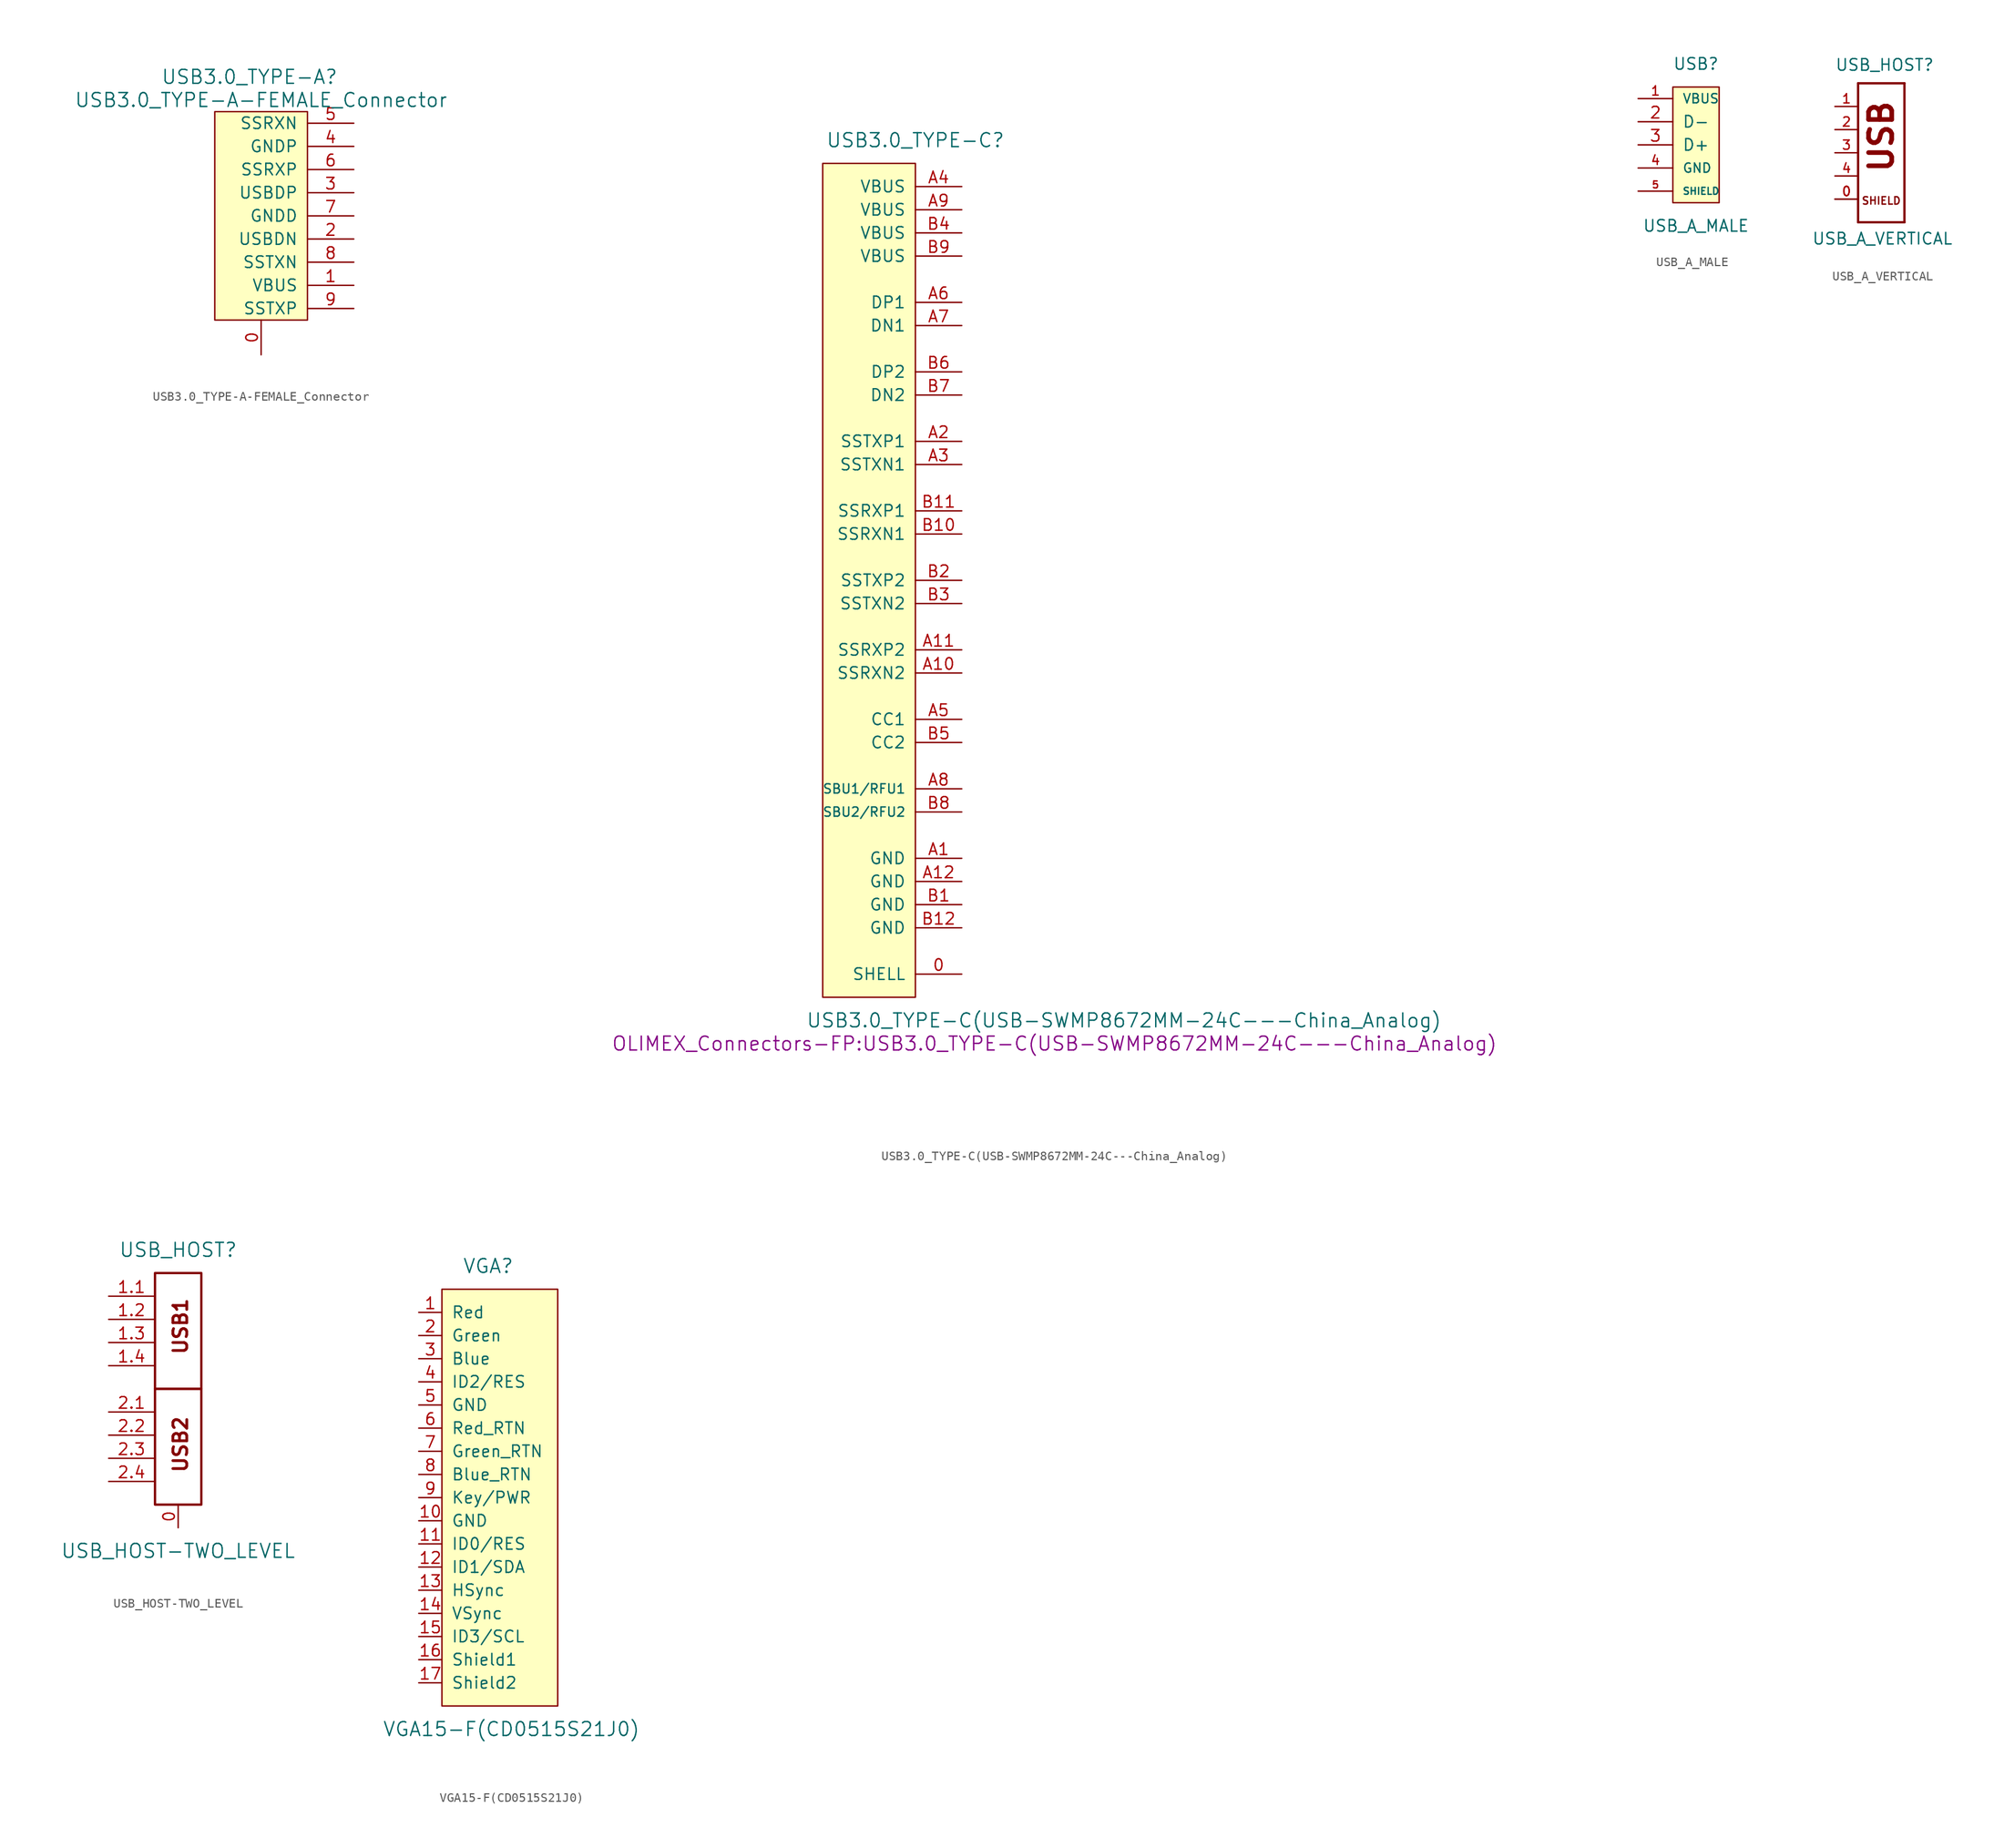
<source format=kicad_sym>
(kicad_symbol_lib
  (version 20211014)
  (generator kicad_symbol_editor)
  (symbol "USB3.0_TYPE-A-FEMALE_Connector"
    (pin_names
      (offset 1.016))
    (property "Reference" "USB3.0_TYPE-A"
      (at -1.27 17.78 0)
      (effects (font (size 1.524 1.524))))
    (property "Value" "USB3.0_TYPE-A-FEMALE_Connector"
      (at 0 15.24 0)
      (effects (font (size 1.524 1.524))))
    (symbol "USB3.0_TYPE-A-FEMALE_Connector_0_1"
      (rectangle (start 5.08 13.97) (end -5.08 -8.89) (stroke (width 0) (type default) (color 0 0 0 0)) (fill (type background))))
    (symbol "USB3.0_TYPE-A-FEMALE_Connector_1_1"
      (pin input line (at 0 -12.7 90) (length 3.81) (name "~" (effects (font (size 1.27 1.27)))) (number "0" (effects (font (size 1.27 1.27)))))
      (pin power_in line (at 10.16 -5.08 180) (length 5.08) (name "VBUS" (effects (font (size 1.27 1.27)))) (number "1" (effects (font (size 1.27 1.27)))))
      (pin bidirectional line (at 10.16 0 180) (length 5.08) (name "USBDN" (effects (font (size 1.27 1.27)))) (number "2" (effects (font (size 1.27 1.27)))))
      (pin bidirectional line (at 10.16 5.08 180) (length 5.08) (name "USBDP" (effects (font (size 1.27 1.27)))) (number "3" (effects (font (size 1.27 1.27)))))
      (pin power_in line (at 10.16 10.16 180) (length 5.08) (name "GNDP" (effects (font (size 1.27 1.27)))) (number "4" (effects (font (size 1.27 1.27)))))
      (pin bidirectional line (at 10.16 12.7 180) (length 5.08) (name "SSRXN" (effects (font (size 1.27 1.27)))) (number "5" (effects (font (size 1.27 1.27)))))
      (pin bidirectional line (at 10.16 7.62 180) (length 5.08) (name "SSRXP" (effects (font (size 1.27 1.27)))) (number "6" (effects (font (size 1.27 1.27)))))
      (pin power_in line (at 10.16 2.54 180) (length 5.08) (name "GNDD" (effects (font (size 1.27 1.27)))) (number "7" (effects (font (size 1.27 1.27)))))
      (pin bidirectional line (at 10.16 -2.54 180) (length 5.08) (name "SSTXN" (effects (font (size 1.27 1.27)))) (number "8" (effects (font (size 1.27 1.27)))))
      (pin bidirectional line (at 10.16 -7.62 180) (length 5.08) (name "SSTXP" (effects (font (size 1.27 1.27)))) (number "9" (effects (font (size 1.27 1.27)))))))
  (symbol "USB3.0_TYPE-C(USB-SWMP8672MM-24C---China_Analog)"
    (pin_names
      (offset 1.016))
    (property "Reference" "USB3.0_TYPE-C"
      (at 0 48.26 0)
      (effects (font (size 1.524 1.524))))
    (property "Value" "USB3.0_TYPE-C(USB-SWMP8672MM-24C---China_Analog)"
      (at 22.86 -48.26 0)
      (effects (font (size 1.524 1.524))))
    (property "Footprint" "OLIMEX_Connectors-FP:USB3.0_TYPE-C(USB-SWMP8672MM-24C---China_Analog)"
      (at 15.24 -50.8 0)
      (effects (font (size 1.524 1.524))))
    (property "Datasheet" ""
      (at -5.08 -15.24 0)
      (effects (font (size 1.524 1.524))))
    (symbol "USB3.0_TYPE-C(USB-SWMP8672MM-24C---China_Analog)_0_1"
      (rectangle (start 0 45.72) (end -10.16 -45.72) (stroke (width 0) (type default) (color 0 0 0 0)) (fill (type background))))
    (symbol "USB3.0_TYPE-C(USB-SWMP8672MM-24C---China_Analog)_1_1"
      (pin passive line (at 5.08 -43.18 180) (length 5.08) (name "SHELL" (effects (font (size 1.27 1.27)))) (number "0" (effects (font (size 1.27 1.27)))))
      (pin power_in line (at 5.08 -30.48 180) (length 5.08) (name "GND" (effects (font (size 1.27 1.27)))) (number "A1" (effects (font (size 1.27 1.27)))))
      (pin bidirectional line (at 5.08 -10.16 180) (length 5.08) (name "SSRXN2" (effects (font (size 1.27 1.27)))) (number "A10" (effects (font (size 1.27 1.27)))))
      (pin bidirectional line (at 5.08 -7.62 180) (length 5.08) (name "SSRXP2" (effects (font (size 1.27 1.27)))) (number "A11" (effects (font (size 1.27 1.27)))))
      (pin power_in line (at 5.08 -33.02 180) (length 5.08) (name "GND" (effects (font (size 1.27 1.27)))) (number "A12" (effects (font (size 1.27 1.27)))))
      (pin bidirectional line (at 5.08 15.24 180) (length 5.08) (name "SSTXP1" (effects (font (size 1.27 1.27)))) (number "A2" (effects (font (size 1.27 1.27)))))
      (pin bidirectional line (at 5.08 12.7 180) (length 5.08) (name "SSTXN1" (effects (font (size 1.27 1.27)))) (number "A3" (effects (font (size 1.27 1.27)))))
      (pin power_in line (at 5.08 43.18 180) (length 5.08) (name "VBUS" (effects (font (size 1.27 1.27)))) (number "A4" (effects (font (size 1.27 1.27)))))
      (pin input line (at 5.08 -15.24 180) (length 5.08) (name "CC1" (effects (font (size 1.27 1.27)))) (number "A5" (effects (font (size 1.27 1.27)))))
      (pin bidirectional line (at 5.08 30.48 180) (length 5.08) (name "DP1" (effects (font (size 1.27 1.27)))) (number "A6" (effects (font (size 1.27 1.27)))))
      (pin bidirectional line (at 5.08 27.94 180) (length 5.08) (name "DN1" (effects (font (size 1.27 1.27)))) (number "A7" (effects (font (size 1.27 1.27)))))
      (pin bidirectional line (at 5.08 -22.86 180) (length 5.08) (name "SBU1/RFU1" (effects (font (size 1.016 1.016)))) (number "A8" (effects (font (size 1.27 1.27)))))
      (pin power_in line (at 5.08 40.64 180) (length 5.08) (name "VBUS" (effects (font (size 1.27 1.27)))) (number "A9" (effects (font (size 1.27 1.27)))))
      (pin power_in line (at 5.08 -35.56 180) (length 5.08) (name "GND" (effects (font (size 1.27 1.27)))) (number "B1" (effects (font (size 1.27 1.27)))))
      (pin bidirectional line (at 5.08 5.08 180) (length 5.08) (name "SSRXN1" (effects (font (size 1.27 1.27)))) (number "B10" (effects (font (size 1.27 1.27)))))
      (pin bidirectional line (at 5.08 7.62 180) (length 5.08) (name "SSRXP1" (effects (font (size 1.27 1.27)))) (number "B11" (effects (font (size 1.27 1.27)))))
      (pin power_in line (at 5.08 -38.1 180) (length 5.08) (name "GND" (effects (font (size 1.27 1.27)))) (number "B12" (effects (font (size 1.27 1.27)))))
      (pin bidirectional line (at 5.08 0 180) (length 5.08) (name "SSTXP2" (effects (font (size 1.27 1.27)))) (number "B2" (effects (font (size 1.27 1.27)))))
      (pin bidirectional line (at 5.08 -2.54 180) (length 5.08) (name "SSTXN2" (effects (font (size 1.27 1.27)))) (number "B3" (effects (font (size 1.27 1.27)))))
      (pin power_in line (at 5.08 38.1 180) (length 5.08) (name "VBUS" (effects (font (size 1.27 1.27)))) (number "B4" (effects (font (size 1.27 1.27)))))
      (pin input line (at 5.08 -17.78 180) (length 5.08) (name "CC2" (effects (font (size 1.27 1.27)))) (number "B5" (effects (font (size 1.27 1.27)))))
      (pin bidirectional line (at 5.08 22.86 180) (length 5.08) (name "DP2" (effects (font (size 1.27 1.27)))) (number "B6" (effects (font (size 1.27 1.27)))))
      (pin bidirectional line (at 5.08 20.32 180) (length 5.08) (name "DN2" (effects (font (size 1.27 1.27)))) (number "B7" (effects (font (size 1.27 1.27)))))
      (pin bidirectional line (at 5.08 -25.4 180) (length 5.08) (name "SBU2/RFU2" (effects (font (size 1.016 1.016)))) (number "B8" (effects (font (size 1.27 1.27)))))
      (pin power_in line (at 5.08 35.56 180) (length 5.08) (name "VBUS" (effects (font (size 1.27 1.27)))) (number "B9" (effects (font (size 1.27 1.27)))))))
  (symbol "USB_A_MALE"
    (pin_names
      (offset 1.016))
    (property "Reference" "USB"
      (at 1.27 6.35 0)
      (effects (font (size 1.27 1.27))))
    (property "Value" "USB_A_MALE"
      (at 1.27 -11.43 0)
      (effects (font (size 1.27 1.27))))
    (symbol "USB_A_MALE_1_1"
      (rectangle (start 3.81 3.81) (end -1.27 -8.89) (stroke (width 0) (type default) (color 0 0 0 0)) (fill (type background)))
      (pin input line (at -5.08 2.54 0) (length 3.81) (name "VBUS" (effects (font (size 1.016 1.016)))) (number "1" (effects (font (size 1.016 1.016)))))
      (pin bidirectional line (at -5.08 0 0) (length 3.81) (name "D-" (effects (font (size 1.27 1.27)))) (number "2" (effects (font (size 1.27 1.27)))))
      (pin bidirectional line (at -5.08 -2.54 0) (length 3.81) (name "D+" (effects (font (size 1.27 1.27)))) (number "3" (effects (font (size 1.27 1.27)))))
      (pin power_in line (at -5.08 -5.08 0) (length 3.81) (name "GND" (effects (font (size 1.016 1.016)))) (number "4" (effects (font (size 1.016 1.016)))))
      (pin passive line (at -5.08 -7.62 0) (length 3.81) (name "SHIELD" (effects (font (size 0.762 0.762)))) (number "5" (effects (font (size 0.762 0.762)))))))
  (symbol "USB_A_VERTICAL"
    (pin_names
      (offset 1.016) hide)
    (property "Reference" "USB_HOST"
      (at -5.08 8.89 0)
      (effects (font (size 1.27 1.27)) (justify left bottom)))
    (property "Value" "USB_A_VERTICAL"
      (at -7.62 -10.16 0)
      (effects (font (size 1.27 1.27)) (justify left bottom)))
    (property "Datasheet" ""
      (at 0 0 0)
      (effects (font (size 1.524 1.524))))
    (symbol "USB_A_VERTICAL_1_0"
      (polyline (pts (xy -2.54 -7.62) (xy 2.54 -7.62)) (stroke (width 0.254) (type default) (color 0 0 0 0)) (fill (type none)))
      (polyline (pts (xy -2.54 7.62) (xy -2.54 -7.62)) (stroke (width 0.254) (type default) (color 0 0 0 0)) (fill (type none)))
      (polyline (pts (xy 2.54 -7.62) (xy 2.54 7.62)) (stroke (width 0.254) (type default) (color 0 0 0 0)) (fill (type none)))
      (polyline (pts (xy 2.54 7.62) (xy -2.54 7.62)) (stroke (width 0.254) (type default) (color 0 0 0 0)) (fill (type none)))
      (text "SHIELD" (at 0 -5.258 0) (effects (font (size 0.813 0.813))))
      (text "USB" (at 0 1.778 900) (effects (font (size 2.54 2.54) bold))))
    (symbol "USB_A_VERTICAL_1_1"
      (pin input line (at -5.08 -5.08 0) (length 2.54) (name "5" (effects (font (size 1.016 1.016)))) (number "0" (effects (font (size 1.016 1.016)))))
      (pin input line (at -5.08 -5.08 0) (length 2.54) (name "5" (effects (font (size 1.016 1.016)))) (number "0" (effects (font (size 1.016 1.016)))))
      (pin passive line (at -5.08 5.08 0) (length 2.54) (name "1" (effects (font (size 1.016 1.016)))) (number "1" (effects (font (size 1.016 1.016)))))
      (pin passive line (at -5.08 2.54 0) (length 2.54) (name "2" (effects (font (size 1.016 1.016)))) (number "2" (effects (font (size 1.016 1.016)))))
      (pin passive line (at -5.08 0 0) (length 2.54) (name "3" (effects (font (size 1.016 1.016)))) (number "3" (effects (font (size 1.016 1.016)))))
      (pin passive line (at -5.08 -2.54 0) (length 2.54) (name "4" (effects (font (size 1.016 1.016)))) (number "4" (effects (font (size 1.016 1.016)))))))
  (symbol "USB_HOST-TWO_LEVEL"
    (pin_names
      (offset 1.016))
    (property "Reference" "USB_HOST"
      (at 0 15.24 0)
      (effects (font (size 1.524 1.524))))
    (property "Value" "USB_HOST-TWO_LEVEL"
      (at 0 -17.78 0)
      (effects (font (size 1.524 1.524))))
    (property "Footprint" ""
      (at 0 0 0)
      (effects (font (size 1.524 1.524))))
    (property "Datasheet" ""
      (at 0 0 0)
      (effects (font (size 1.524 1.524))))
    (symbol "USB_HOST-TWO_LEVEL_0_0"
      (text "USB1" (at 0.254 6.858 900) (effects (font (size 1.524 1.524) bold)))
      (text "USB2" (at 0.254 -6.096 900) (effects (font (size 1.524 1.524) bold))))
    (symbol "USB_HOST-TWO_LEVEL_0_1"
      (rectangle (start -2.54 0) (end 2.54 -12.7) (stroke (width 0.254) (type default) (color 0 0 0 0)) (fill (type none)))
      (rectangle (start -2.54 0) (end 2.54 12.7) (stroke (width 0.254) (type default) (color 0 0 0 0)) (fill (type none))))
    (symbol "USB_HOST-TWO_LEVEL_1_1"
      (pin passive line (at 0 -15.24 90) (length 2.489) (name "~" (effects (font (size 1.27 1.27)))) (number "0" (effects (font (size 1.27 1.27)))))
      (pin passive line (at -7.62 10.16 0) (length 5.004) (name "~" (effects (font (size 1.27 1.27)))) (number "1.1" (effects (font (size 1.27 1.27)))))
      (pin passive line (at -7.62 7.62 0) (length 5.004) (name "~" (effects (font (size 1.27 1.27)))) (number "1.2" (effects (font (size 1.27 1.27)))))
      (pin passive line (at -7.62 5.08 0) (length 5.004) (name "~" (effects (font (size 1.27 1.27)))) (number "1.3" (effects (font (size 1.27 1.27)))))
      (pin passive line (at -7.62 2.54 0) (length 5.004) (name "~" (effects (font (size 1.27 1.27)))) (number "1.4" (effects (font (size 1.27 1.27)))))
      (pin passive line (at -7.62 -2.54 0) (length 5.004) (name "~" (effects (font (size 1.27 1.27)))) (number "2.1" (effects (font (size 1.27 1.27)))))
      (pin passive line (at -7.62 -5.08 0) (length 5.004) (name "~" (effects (font (size 1.27 1.27)))) (number "2.2" (effects (font (size 1.27 1.27)))))
      (pin passive line (at -7.62 -7.62 0) (length 5.004) (name "~" (effects (font (size 1.27 1.27)))) (number "2.3" (effects (font (size 1.27 1.27)))))
      (pin passive line (at -7.62 -10.16 0) (length 5.004) (name "~" (effects (font (size 1.27 1.27)))) (number "2.4" (effects (font (size 1.27 1.27)))))))
  (symbol "VGA15-F(CD0515S21J0)"
    (pin_names
      (offset 1.016))
    (property "Reference" "VGA"
      (at 0 25.4 0)
      (effects (font (size 1.524 1.524))))
    (property "Value" "VGA15-F(CD0515S21J0)"
      (at 2.54 -25.4 0)
      (effects (font (size 1.524 1.524))))
    (property "Datasheet" ""
      (at 0 2.54 0)
      (effects (font (size 1.524 1.524))))
    (symbol "VGA15-F(CD0515S21J0)_0_1"
      (rectangle (start -5.08 22.86) (end 7.62 -22.86) (stroke (width 0) (type default) (color 0 0 0 0)) (fill (type background))))
    (symbol "VGA15-F(CD0515S21J0)_1_1"
      (pin bidirectional line (at -7.62 20.32 0) (length 2.54) (name "Red" (effects (font (size 1.27 1.27)))) (number "1" (effects (font (size 1.27 1.27)))))
      (pin power_in line (at -7.62 -2.54 0) (length 2.54) (name "GND" (effects (font (size 1.27 1.27)))) (number "10" (effects (font (size 1.27 1.27)))))
      (pin bidirectional line (at -7.62 -5.08 0) (length 2.54) (name "ID0/RES" (effects (font (size 1.27 1.27)))) (number "11" (effects (font (size 1.27 1.27)))))
      (pin bidirectional line (at -7.62 -7.62 0) (length 2.54) (name "ID1/SDA" (effects (font (size 1.27 1.27)))) (number "12" (effects (font (size 1.27 1.27)))))
      (pin bidirectional line (at -7.62 -10.16 0) (length 2.54) (name "HSync" (effects (font (size 1.27 1.27)))) (number "13" (effects (font (size 1.27 1.27)))))
      (pin bidirectional line (at -7.62 -12.7 0) (length 2.54) (name "VSync" (effects (font (size 1.27 1.27)))) (number "14" (effects (font (size 1.27 1.27)))))
      (pin bidirectional line (at -7.62 -15.24 0) (length 2.54) (name "ID3/SCL" (effects (font (size 1.27 1.27)))) (number "15" (effects (font (size 1.27 1.27)))))
      (pin input line (at -7.62 -17.78 0) (length 2.54) (name "Shield1" (effects (font (size 1.27 1.27)))) (number "16" (effects (font (size 1.27 1.27)))))
      (pin input line (at -7.62 -20.32 0) (length 2.54) (name "Shield2" (effects (font (size 1.27 1.27)))) (number "17" (effects (font (size 1.27 1.27)))))
      (pin bidirectional line (at -7.62 17.78 0) (length 2.54) (name "Green" (effects (font (size 1.27 1.27)))) (number "2" (effects (font (size 1.27 1.27)))))
      (pin bidirectional line (at -7.62 15.24 0) (length 2.54) (name "Blue" (effects (font (size 1.27 1.27)))) (number "3" (effects (font (size 1.27 1.27)))))
      (pin bidirectional line (at -7.62 12.7 0) (length 2.54) (name "ID2/RES" (effects (font (size 1.27 1.27)))) (number "4" (effects (font (size 1.27 1.27)))))
      (pin power_in line (at -7.62 10.16 0) (length 2.54) (name "GND" (effects (font (size 1.27 1.27)))) (number "5" (effects (font (size 1.27 1.27)))))
      (pin input line (at -7.62 7.62 0) (length 2.54) (name "Red_RTN" (effects (font (size 1.27 1.27)))) (number "6" (effects (font (size 1.27 1.27)))))
      (pin input line (at -7.62 5.08 0) (length 2.54) (name "Green_RTN" (effects (font (size 1.27 1.27)))) (number "7" (effects (font (size 1.27 1.27)))))
      (pin input line (at -7.62 2.54 0) (length 2.54) (name "Blue_RTN" (effects (font (size 1.27 1.27)))) (number "8" (effects (font (size 1.27 1.27)))))
      (pin input line (at -7.62 0 0) (length 2.54) (name "Key/PWR" (effects (font (size 1.27 1.27)))) (number "9" (effects (font (size 1.27 1.27))))))))
</source>
